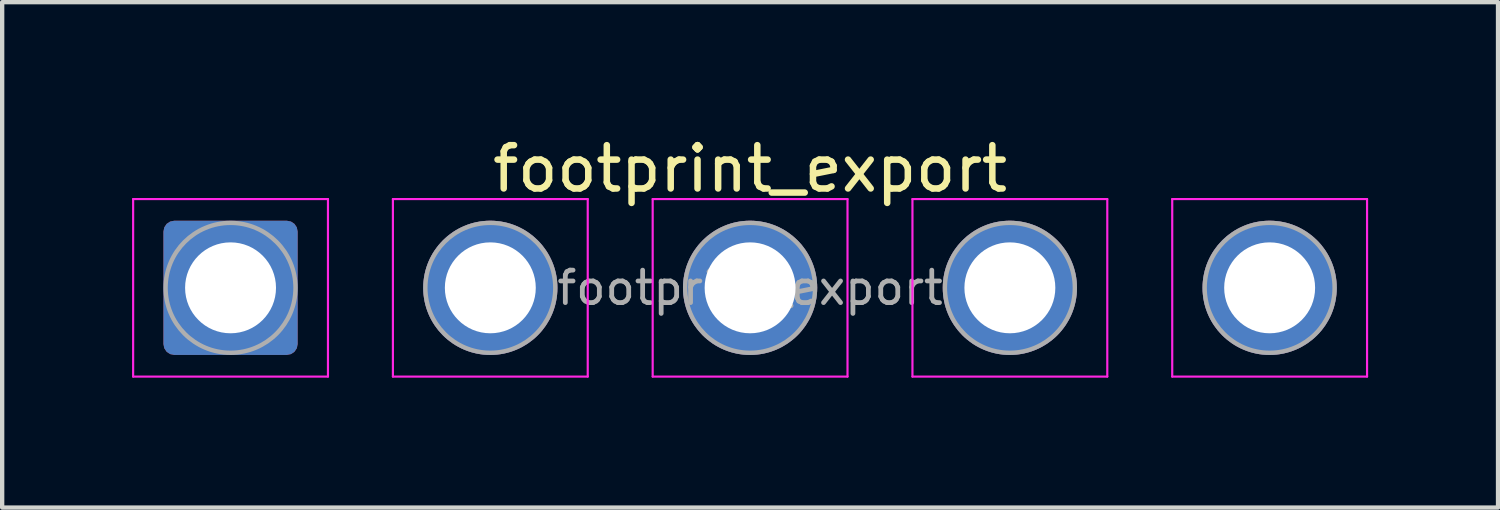
<source format=kicad_pcb>
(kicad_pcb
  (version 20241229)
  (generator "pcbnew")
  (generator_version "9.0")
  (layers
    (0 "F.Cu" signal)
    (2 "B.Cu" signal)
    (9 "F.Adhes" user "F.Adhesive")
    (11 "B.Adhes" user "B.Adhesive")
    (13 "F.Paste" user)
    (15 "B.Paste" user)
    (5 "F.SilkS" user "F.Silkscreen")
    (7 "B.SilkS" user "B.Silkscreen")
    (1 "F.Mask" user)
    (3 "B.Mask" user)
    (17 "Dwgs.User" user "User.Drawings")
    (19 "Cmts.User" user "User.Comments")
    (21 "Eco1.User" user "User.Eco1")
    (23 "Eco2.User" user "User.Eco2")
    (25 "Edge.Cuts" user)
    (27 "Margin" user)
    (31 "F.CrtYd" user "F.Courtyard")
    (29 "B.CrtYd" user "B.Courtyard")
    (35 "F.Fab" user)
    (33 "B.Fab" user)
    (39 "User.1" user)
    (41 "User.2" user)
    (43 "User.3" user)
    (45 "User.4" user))
  (footprint "footprint_export"
    (layer "F.Cu")
    (at 2.275 3.598)
    (property "Reference" "footprint_export" (at 12 -2.75 0) (layer "F.SilkS") (effects (font (size 1 1) (thickness 0.15))))
    (attr exclude_from_pos_files exclude_from_bom)
    (fp_line (start -2.25 -2.05) (end -2.25 2.05) (stroke (width 0.05) (type solid)) (layer "F.CrtYd"))
    (fp_line (start -2.25 2.05) (end 2.25 2.05) (stroke (width 0.05) (type solid)) (layer "F.CrtYd"))
    (fp_line (start 2.25 -2.05) (end -2.25 -2.05) (stroke (width 0.05) (type solid)) (layer "F.CrtYd"))
    (fp_line (start 2.25 2.05) (end 2.25 -2.05) (stroke (width 0.05) (type solid)) (layer "F.CrtYd"))
    (fp_line (start 3.75 -2.05) (end 3.75 2.05) (stroke (width 0.05) (type solid)) (layer "F.CrtYd"))
    (fp_line (start 3.75 2.05) (end 8.25 2.05) (stroke (width 0.05) (type solid)) (layer "F.CrtYd"))
    (fp_line (start 8.25 -2.05) (end 3.75 -2.05) (stroke (width 0.05) (type solid)) (layer "F.CrtYd"))
    (fp_line (start 8.25 2.05) (end 8.25 -2.05) (stroke (width 0.05) (type solid)) (layer "F.CrtYd"))
    (fp_line (start 9.75 -2.05) (end 9.75 2.05) (stroke (width 0.05) (type solid)) (layer "F.CrtYd"))
    (fp_line (start 9.75 2.05) (end 14.25 2.05) (stroke (width 0.05) (type solid)) (layer "F.CrtYd"))
    (fp_line (start 14.25 -2.05) (end 9.75 -2.05) (stroke (width 0.05) (type solid)) (layer "F.CrtYd"))
    (fp_line (start 14.25 2.05) (end 14.25 -2.05) (stroke (width 0.05) (type solid)) (layer "F.CrtYd"))
    (fp_line (start 15.75 -2.05) (end 15.75 2.05) (stroke (width 0.05) (type solid)) (layer "F.CrtYd"))
    (fp_line (start 15.75 2.05) (end 20.25 2.05) (stroke (width 0.05) (type solid)) (layer "F.CrtYd"))
    (fp_line (start 20.25 -2.05) (end 15.75 -2.05) (stroke (width 0.05) (type solid)) (layer "F.CrtYd"))
    (fp_line (start 20.25 2.05) (end 20.25 -2.05) (stroke (width 0.05) (type solid)) (layer "F.CrtYd"))
    (fp_line (start 21.75 -2.05) (end 21.75 2.05) (stroke (width 0.05) (type solid)) (layer "F.CrtYd"))
    (fp_line (start 21.75 2.05) (end 26.25 2.05) (stroke (width 0.05) (type solid)) (layer "F.CrtYd"))
    (fp_line (start 26.25 -2.05) (end 21.75 -2.05) (stroke (width 0.05) (type solid)) (layer "F.CrtYd"))
    (fp_line (start 26.25 2.05) (end 26.25 -2.05) (stroke (width 0.05) (type solid)) (layer "F.CrtYd"))
    (fp_circle (center 0 0) (end 1.5 0) (stroke (width 0.1) (type solid)) (fill no) (layer "F.Fab"))
    (fp_circle (center 6 0) (end 7.5 0) (stroke (width 0.1) (type solid)) (fill no) (layer "F.Fab"))
    (fp_circle (center 12 0) (end 13.5 0) (stroke (width 0.1) (type solid)) (fill no) (layer "F.Fab"))
    (fp_circle (center 18 0) (end 19.5 0) (stroke (width 0.1) (type solid)) (fill no) (layer "F.Fab"))
    (fp_circle (center 24 0) (end 25.5 0) (stroke (width 0.1) (type solid)) (fill no) (layer "F.Fab"))
    (fp_text user "${REFERENCE}" (at 12 0 0) (layer "F.Fab") (effects (font (size 0.75 0.75) (thickness 0.11))))
    (pad "1" thru_hole roundrect (at 0 0) (size 3.1 3.1) (drill 2.1) (layers "*.Cu" "*.Mask") (roundrect_rratio 0.081))
    (pad "2" thru_hole circle (at 6 0) (size 3.1 3.1) (drill 2.1) (layers "*.Cu" "*.Mask"))
    (pad "3" thru_hole circle (at 12 0) (size 3.1 3.1) (drill 2.1) (layers "*.Cu" "*.Mask"))
    (pad "4" thru_hole circle (at 18 0) (size 3.1 3.1) (drill 2.1) (layers "*.Cu" "*.Mask"))
    (pad "5" thru_hole circle (at 24 0) (size 3.1 3.1) (drill 2.1) (layers "*.Cu" "*.Mask")))
  (gr_rect
    (start -3 -3)
    (end 31.55 8.673)
    (stroke (width 0.1) (type default))
    (fill no)
    (layer "Edge.Cuts")))
</source>
